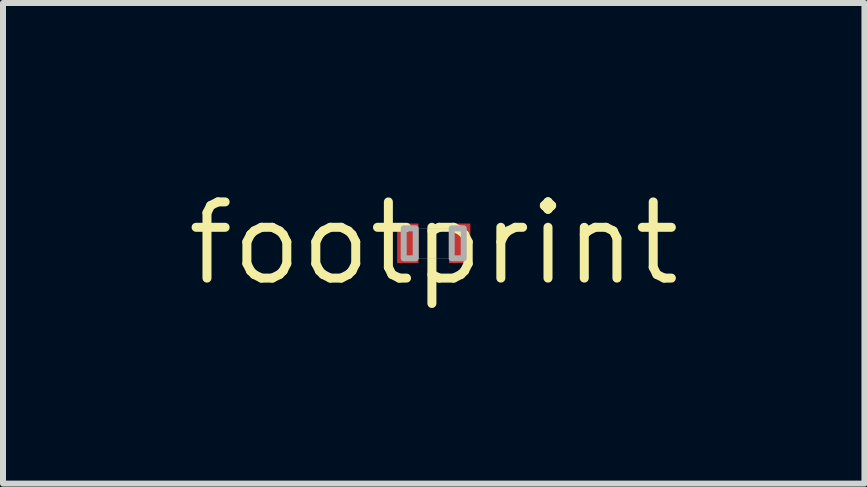
<source format=kicad_pcb>
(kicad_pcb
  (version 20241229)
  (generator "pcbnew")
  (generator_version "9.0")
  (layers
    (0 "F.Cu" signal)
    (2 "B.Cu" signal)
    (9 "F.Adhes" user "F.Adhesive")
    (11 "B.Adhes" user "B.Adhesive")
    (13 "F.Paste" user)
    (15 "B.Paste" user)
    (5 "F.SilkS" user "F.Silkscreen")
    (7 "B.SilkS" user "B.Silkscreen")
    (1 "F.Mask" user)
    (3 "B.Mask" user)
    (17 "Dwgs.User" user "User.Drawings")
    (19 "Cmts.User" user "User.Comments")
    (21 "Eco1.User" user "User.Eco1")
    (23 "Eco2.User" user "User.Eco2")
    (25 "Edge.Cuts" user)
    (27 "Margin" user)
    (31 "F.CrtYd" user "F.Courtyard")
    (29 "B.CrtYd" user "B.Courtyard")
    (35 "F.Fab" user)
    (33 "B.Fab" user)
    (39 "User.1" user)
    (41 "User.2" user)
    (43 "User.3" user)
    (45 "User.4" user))
  (footprint "footprint"
    (layer "F.Cu")
    (at 4.18 1.006)
    (property "Reference" "footprint" (at 0 0 0) (layer "F.SilkS") (effects (font (size 1.27 1.27) (thickness 0.15))))
    (fp_line (start -0.5 -0.25) (end 0.5 -0.25) (stroke (width 0.003) (type solid)) (layer "F.Fab"))
    (fp_line (start -0.5 0.25) (end -0.5 -0.25) (stroke (width 0.003) (type solid)) (layer "F.Fab"))
    (fp_line (start 0.5 -0.25) (end 0.5 0.25) (stroke (width 0.003) (type solid)) (layer "F.Fab"))
    (fp_line (start 0.5 0.25) (end -0.5 0.25) (stroke (width 0.003) (type solid)) (layer "F.Fab"))
    (fp_poly (pts (xy -0.5 0.25) (xy -0.3 0.25) (xy -0.3 -0.25) (xy -0.5 -0.25)) (stroke (width 0.1) (type solid)) (fill no) (layer "F.Fab"))
    (fp_poly (pts (xy 0.5 -0.25) (xy 0.3 -0.25) (xy 0.3 0.25) (xy 0.5 0.25)) (stroke (width 0.1) (type solid)) (fill no) (layer "F.Fab"))
    (pad "P$1" smd rect (at -0.432 0) (size 0.356 0.66) (layers "F.Cu" "F.Mask" "F.Paste"))
    (pad "P$2" smd rect (at 0.432 0) (size 0.356 0.66) (layers "F.Cu" "F.Mask" "F.Paste")))
  (gr_rect
    (start -3 -3)
    (end 11.36 5.012)
    (stroke (width 0.1) (type default))
    (fill no)
    (layer "Edge.Cuts")))
</source>
